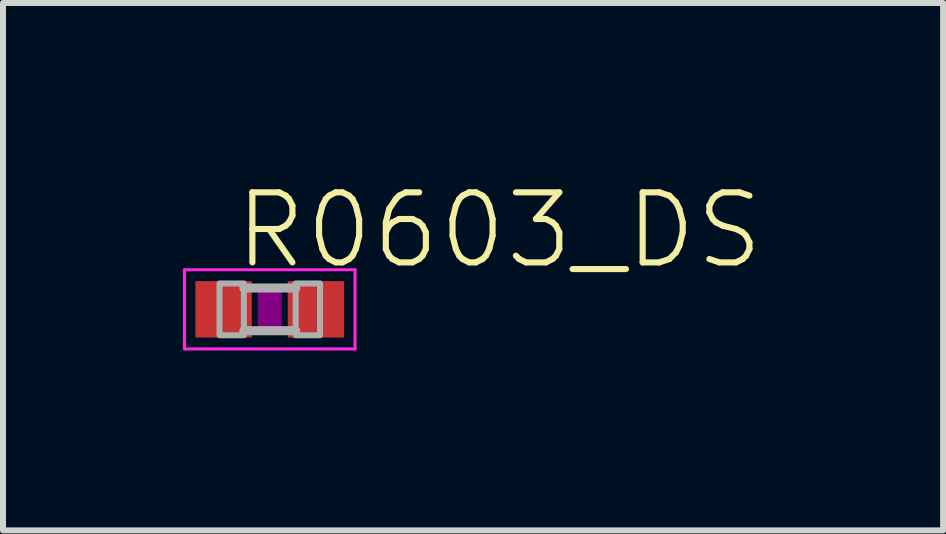
<source format=kicad_pcb>
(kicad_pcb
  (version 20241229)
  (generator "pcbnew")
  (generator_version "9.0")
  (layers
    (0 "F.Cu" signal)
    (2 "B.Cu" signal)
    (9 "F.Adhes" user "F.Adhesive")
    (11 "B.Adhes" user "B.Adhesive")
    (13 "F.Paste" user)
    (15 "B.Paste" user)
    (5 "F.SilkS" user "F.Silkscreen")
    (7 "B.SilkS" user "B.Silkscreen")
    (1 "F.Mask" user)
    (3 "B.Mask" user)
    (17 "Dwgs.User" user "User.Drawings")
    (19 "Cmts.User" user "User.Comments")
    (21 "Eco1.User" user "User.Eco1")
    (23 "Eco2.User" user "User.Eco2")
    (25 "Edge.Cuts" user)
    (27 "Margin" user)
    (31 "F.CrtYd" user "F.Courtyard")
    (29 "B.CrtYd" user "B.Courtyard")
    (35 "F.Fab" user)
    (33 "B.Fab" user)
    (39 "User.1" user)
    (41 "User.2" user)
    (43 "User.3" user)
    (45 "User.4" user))
  (footprint "R0603_DS"
    (layer "F.Cu")
    (at 1.448 2.108)
    (property "Reference" "R0603_DS" (at -0.635 -0.635 0) (unlocked yes) (layer "F.SilkS") (effects (font (size 1.168 1.168) (thickness 0.102)) (justify left bottom)))
    (fp_poly (pts (xy -0.2 0.4) (xy 0.2 0.4) (xy 0.2 -0.4) (xy -0.2 -0.4)) (stroke (width 0) (type default)) (fill yes) (layer "F.Adhes"))
    (fp_line (start -1.422 -0.66) (end 1.422 -0.66) (stroke (width 0.051) (type solid)) (layer "F.CrtYd"))
    (fp_line (start -1.422 0.66) (end -1.422 -0.66) (stroke (width 0.051) (type solid)) (layer "F.CrtYd"))
    (fp_line (start 1.422 -0.66) (end 1.422 0.66) (stroke (width 0.051) (type solid)) (layer "F.CrtYd"))
    (fp_line (start 1.422 0.66) (end -1.422 0.66) (stroke (width 0.051) (type solid)) (layer "F.CrtYd"))
    (fp_line (start -0.432 0.356) (end 0.432 0.356) (stroke (width 0.152) (type solid)) (layer "F.Fab"))
    (fp_line (start 0.432 -0.356) (end -0.432 -0.356) (stroke (width 0.152) (type solid)) (layer "F.Fab"))
    (fp_poly (pts (xy -0.838 0.432) (xy -0.432 0.432) (xy -0.432 -0.432) (xy -0.838 -0.432)) (stroke (width 0.1) (type default)) (fill no) (layer "F.Fab"))
    (fp_poly (pts (xy 0.432 0.432) (xy 0.838 0.432) (xy 0.838 -0.432) (xy 0.432 -0.432)) (stroke (width 0.1) (type default)) (fill no) (layer "F.Fab"))
    (pad "1" smd rect (at -0.77 0) (size 0.94 0.94) (layers "F.Cu" "F.Mask" "F.Paste"))
    (pad "2" smd rect (at 0.77 0) (size 0.94 0.94) (layers "F.Cu" "F.Mask" "F.Paste")))
  (gr_rect
    (start -3 -3)
    (end 12.675 5.794)
    (stroke (width 0.1) (type default))
    (fill no)
    (layer "Edge.Cuts")))
</source>
